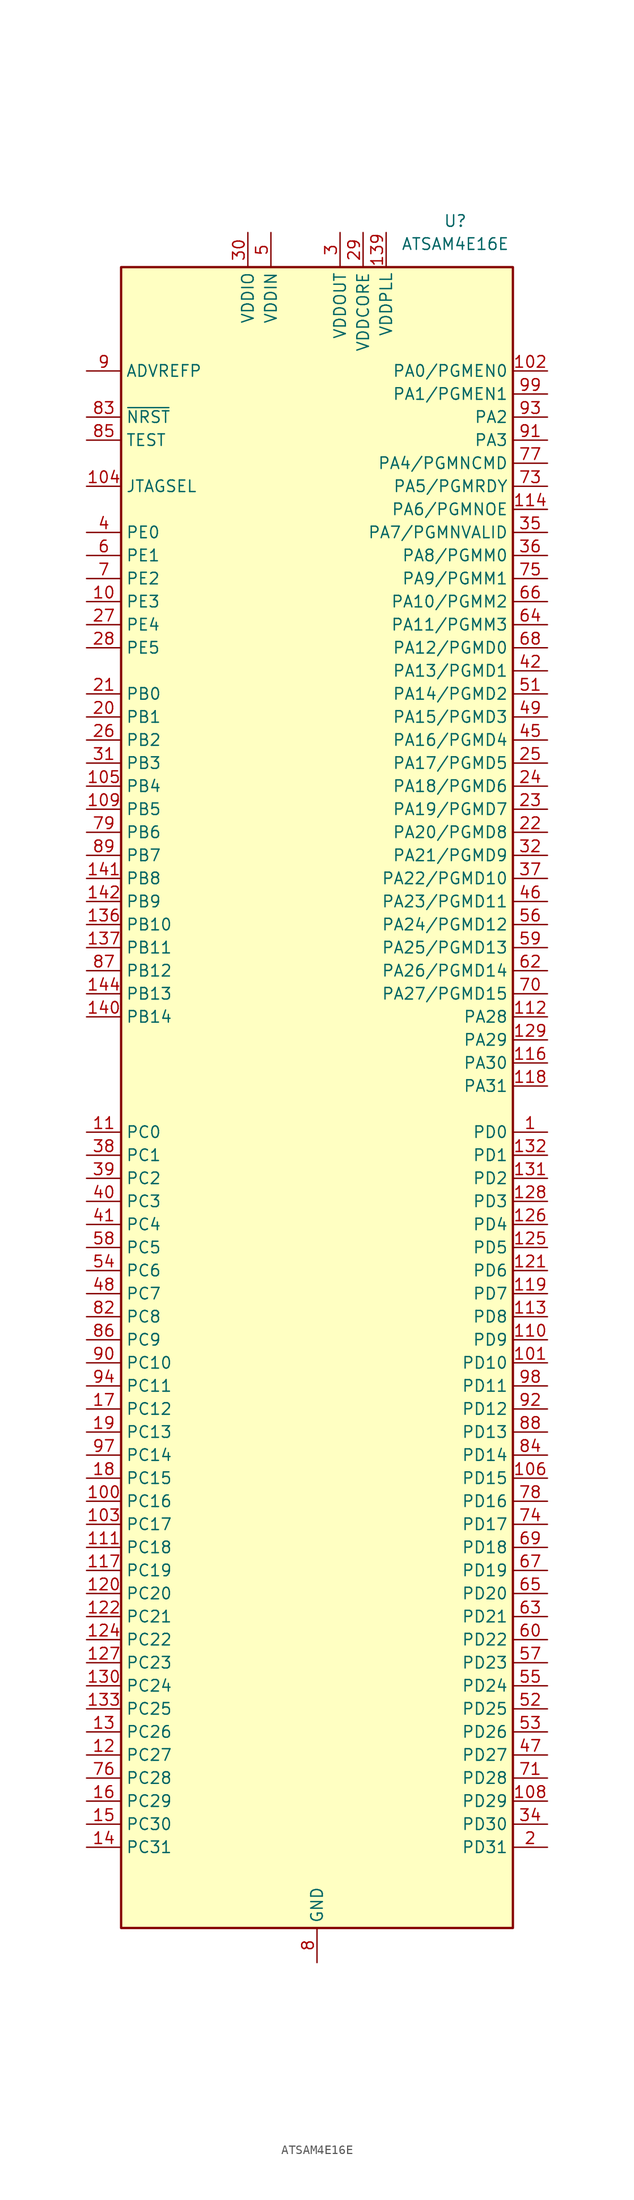
<source format=kicad_sym>
(kicad_symbol_lib
  (version 20220914)
  (generator kicad_symbol_editor)
  (symbol "ATSAM4E16E"
    (property "Reference" "U"
      (at 15.24 96.52 0)
      (effects (font (size 1.27 1.27))))
    (property "Value" "ATSAM4E16E"
      (at 15.24 93.98 0)
      (effects (font (size 1.27 1.27))))
    (symbol "ATSAM4E16E_1_1"
      (rectangle (start -21.59 91.44) (end 21.59 -91.44) (stroke (width 0.254) (type default)) (fill (type background)))
      (pin bidirectional line (at 25.4 -3.81 180) (length 3.81) (name "PD0" (effects (font (size 1.27 1.27)))) (number "1" (effects (font (size 1.27 1.27)))))
      (pin bidirectional line (at -25.4 54.61 0) (length 3.81) (name "PE3" (effects (font (size 1.27 1.27)))) (number "10" (effects (font (size 1.27 1.27)))))
      (pin bidirectional line (at -25.4 -44.45 0) (length 3.81) (name "PC16" (effects (font (size 1.27 1.27)))) (number "100" (effects (font (size 1.27 1.27)))))
      (pin bidirectional line (at 25.4 -29.21 180) (length 3.81) (name "PD10" (effects (font (size 1.27 1.27)))) (number "101" (effects (font (size 1.27 1.27)))))
      (pin bidirectional line (at 25.4 80.01 180) (length 3.81) (name "PA0/PGMEN0" (effects (font (size 1.27 1.27)))) (number "102" (effects (font (size 1.27 1.27)))))
      (pin bidirectional line (at -25.4 -46.99 0) (length 3.81) (name "PC17" (effects (font (size 1.27 1.27)))) (number "103" (effects (font (size 1.27 1.27)))))
      (pin input line (at -25.4 67.31 0) (length 3.81) (name "JTAGSEL" (effects (font (size 1.27 1.27)))) (number "104" (effects (font (size 1.27 1.27)))))
      (pin bidirectional line (at -25.4 34.29 0) (length 3.81) (name "PB4" (effects (font (size 1.27 1.27)))) (number "105" (effects (font (size 1.27 1.27)))))
      (pin bidirectional line (at 25.4 -41.91 180) (length 3.81) (name "PD15" (effects (font (size 1.27 1.27)))) (number "106" (effects (font (size 1.27 1.27)))))
      (pin passive line (at 5.08 95.25 270) (length 3.81) hide (name "VDDCORE" (effects (font (size 1.27 1.27)))) (number "107" (effects (font (size 1.27 1.27)))))
      (pin bidirectional line (at 25.4 -77.47 180) (length 3.81) (name "PD29" (effects (font (size 1.27 1.27)))) (number "108" (effects (font (size 1.27 1.27)))))
      (pin bidirectional line (at -25.4 31.75 0) (length 3.81) (name "PB5" (effects (font (size 1.27 1.27)))) (number "109" (effects (font (size 1.27 1.27)))))
      (pin bidirectional line (at -25.4 -3.81 0) (length 3.81) (name "PC0" (effects (font (size 1.27 1.27)))) (number "11" (effects (font (size 1.27 1.27)))))
      (pin bidirectional line (at 25.4 -26.67 180) (length 3.81) (name "PD9" (effects (font (size 1.27 1.27)))) (number "110" (effects (font (size 1.27 1.27)))))
      (pin bidirectional line (at -25.4 -49.53 0) (length 3.81) (name "PC18" (effects (font (size 1.27 1.27)))) (number "111" (effects (font (size 1.27 1.27)))))
      (pin bidirectional line (at 25.4 8.89 180) (length 3.81) (name "PA28" (effects (font (size 1.27 1.27)))) (number "112" (effects (font (size 1.27 1.27)))))
      (pin bidirectional line (at 25.4 -24.13 180) (length 3.81) (name "PD8" (effects (font (size 1.27 1.27)))) (number "113" (effects (font (size 1.27 1.27)))))
      (pin bidirectional line (at 25.4 64.77 180) (length 3.81) (name "PA6/PGMNOE" (effects (font (size 1.27 1.27)))) (number "114" (effects (font (size 1.27 1.27)))))
      (pin passive line (at 0 -95.25 90) (length 3.81) hide (name "GND" (effects (font (size 1.27 1.27)))) (number "115" (effects (font (size 1.27 1.27)))))
      (pin bidirectional line (at 25.4 3.81 180) (length 3.81) (name "PA30" (effects (font (size 1.27 1.27)))) (number "116" (effects (font (size 1.27 1.27)))))
      (pin bidirectional line (at -25.4 -52.07 0) (length 3.81) (name "PC19" (effects (font (size 1.27 1.27)))) (number "117" (effects (font (size 1.27 1.27)))))
      (pin bidirectional line (at 25.4 1.27 180) (length 3.81) (name "PA31" (effects (font (size 1.27 1.27)))) (number "118" (effects (font (size 1.27 1.27)))))
      (pin bidirectional line (at 25.4 -21.59 180) (length 3.81) (name "PD7" (effects (font (size 1.27 1.27)))) (number "119" (effects (font (size 1.27 1.27)))))
      (pin bidirectional line (at -25.4 -72.39 0) (length 3.81) (name "PC27" (effects (font (size 1.27 1.27)))) (number "12" (effects (font (size 1.27 1.27)))))
      (pin bidirectional line (at -25.4 -54.61 0) (length 3.81) (name "PC20" (effects (font (size 1.27 1.27)))) (number "120" (effects (font (size 1.27 1.27)))))
      (pin bidirectional line (at 25.4 -19.05 180) (length 3.81) (name "PD6" (effects (font (size 1.27 1.27)))) (number "121" (effects (font (size 1.27 1.27)))))
      (pin bidirectional line (at -25.4 -57.15 0) (length 3.81) (name "PC21" (effects (font (size 1.27 1.27)))) (number "122" (effects (font (size 1.27 1.27)))))
      (pin passive line (at 5.08 95.25 270) (length 3.81) hide (name "VDDCORE" (effects (font (size 1.27 1.27)))) (number "123" (effects (font (size 1.27 1.27)))))
      (pin bidirectional line (at -25.4 -59.69 0) (length 3.81) (name "PC22" (effects (font (size 1.27 1.27)))) (number "124" (effects (font (size 1.27 1.27)))))
      (pin bidirectional line (at 25.4 -16.51 180) (length 3.81) (name "PD5" (effects (font (size 1.27 1.27)))) (number "125" (effects (font (size 1.27 1.27)))))
      (pin bidirectional line (at 25.4 -13.97 180) (length 3.81) (name "PD4" (effects (font (size 1.27 1.27)))) (number "126" (effects (font (size 1.27 1.27)))))
      (pin bidirectional line (at -25.4 -62.23 0) (length 3.81) (name "PC23" (effects (font (size 1.27 1.27)))) (number "127" (effects (font (size 1.27 1.27)))))
      (pin bidirectional line (at 25.4 -11.43 180) (length 3.81) (name "PD3" (effects (font (size 1.27 1.27)))) (number "128" (effects (font (size 1.27 1.27)))))
      (pin bidirectional line (at 25.4 6.35 180) (length 3.81) (name "PA29" (effects (font (size 1.27 1.27)))) (number "129" (effects (font (size 1.27 1.27)))))
      (pin bidirectional line (at -25.4 -69.85 0) (length 3.81) (name "PC26" (effects (font (size 1.27 1.27)))) (number "13" (effects (font (size 1.27 1.27)))))
      (pin bidirectional line (at -25.4 -64.77 0) (length 3.81) (name "PC24" (effects (font (size 1.27 1.27)))) (number "130" (effects (font (size 1.27 1.27)))))
      (pin bidirectional line (at 25.4 -8.89 180) (length 3.81) (name "PD2" (effects (font (size 1.27 1.27)))) (number "131" (effects (font (size 1.27 1.27)))))
      (pin bidirectional line (at 25.4 -6.35 180) (length 3.81) (name "PD1" (effects (font (size 1.27 1.27)))) (number "132" (effects (font (size 1.27 1.27)))))
      (pin bidirectional line (at -25.4 -67.31 0) (length 3.81) (name "PC25" (effects (font (size 1.27 1.27)))) (number "133" (effects (font (size 1.27 1.27)))))
      (pin passive line (at -7.62 95.25 270) (length 3.81) hide (name "VDDIO" (effects (font (size 1.27 1.27)))) (number "134" (effects (font (size 1.27 1.27)))))
      (pin passive line (at 0 -95.25 90) (length 3.81) hide (name "GND" (effects (font (size 1.27 1.27)))) (number "135" (effects (font (size 1.27 1.27)))))
      (pin bidirectional line (at -25.4 19.05 0) (length 3.81) (name "PB10" (effects (font (size 1.27 1.27)))) (number "136" (effects (font (size 1.27 1.27)))))
      (pin bidirectional line (at -25.4 16.51 0) (length 3.81) (name "PB11" (effects (font (size 1.27 1.27)))) (number "137" (effects (font (size 1.27 1.27)))))
      (pin passive line (at 0 -95.25 90) (length 3.81) hide (name "GND" (effects (font (size 1.27 1.27)))) (number "138" (effects (font (size 1.27 1.27)))))
      (pin power_in line (at 7.62 95.25 270) (length 3.81) (name "VDDPLL" (effects (font (size 1.27 1.27)))) (number "139" (effects (font (size 1.27 1.27)))))
      (pin bidirectional line (at -25.4 -82.55 0) (length 3.81) (name "PC31" (effects (font (size 1.27 1.27)))) (number "14" (effects (font (size 1.27 1.27)))))
      (pin bidirectional line (at -25.4 8.89 0) (length 3.81) (name "PB14" (effects (font (size 1.27 1.27)))) (number "140" (effects (font (size 1.27 1.27)))))
      (pin bidirectional line (at -25.4 24.13 0) (length 3.81) (name "PB8" (effects (font (size 1.27 1.27)))) (number "141" (effects (font (size 1.27 1.27)))))
      (pin bidirectional line (at -25.4 21.59 0) (length 3.81) (name "PB9" (effects (font (size 1.27 1.27)))) (number "142" (effects (font (size 1.27 1.27)))))
      (pin passive line (at -7.62 95.25 270) (length 3.81) hide (name "VDDIO" (effects (font (size 1.27 1.27)))) (number "143" (effects (font (size 1.27 1.27)))))
      (pin bidirectional line (at -25.4 11.43 0) (length 3.81) (name "PB13" (effects (font (size 1.27 1.27)))) (number "144" (effects (font (size 1.27 1.27)))))
      (pin bidirectional line (at -25.4 -80.01 0) (length 3.81) (name "PC30" (effects (font (size 1.27 1.27)))) (number "15" (effects (font (size 1.27 1.27)))))
      (pin bidirectional line (at -25.4 -77.47 0) (length 3.81) (name "PC29" (effects (font (size 1.27 1.27)))) (number "16" (effects (font (size 1.27 1.27)))))
      (pin bidirectional line (at -25.4 -34.29 0) (length 3.81) (name "PC12" (effects (font (size 1.27 1.27)))) (number "17" (effects (font (size 1.27 1.27)))))
      (pin bidirectional line (at -25.4 -41.91 0) (length 3.81) (name "PC15" (effects (font (size 1.27 1.27)))) (number "18" (effects (font (size 1.27 1.27)))))
      (pin bidirectional line (at -25.4 -36.83 0) (length 3.81) (name "PC13" (effects (font (size 1.27 1.27)))) (number "19" (effects (font (size 1.27 1.27)))))
      (pin bidirectional line (at 25.4 -82.55 180) (length 3.81) (name "PD31" (effects (font (size 1.27 1.27)))) (number "2" (effects (font (size 1.27 1.27)))))
      (pin bidirectional line (at -25.4 41.91 0) (length 3.81) (name "PB1" (effects (font (size 1.27 1.27)))) (number "20" (effects (font (size 1.27 1.27)))))
      (pin bidirectional line (at -25.4 44.45 0) (length 3.81) (name "PB0" (effects (font (size 1.27 1.27)))) (number "21" (effects (font (size 1.27 1.27)))))
      (pin bidirectional line (at 25.4 29.21 180) (length 3.81) (name "PA20/PGMD8" (effects (font (size 1.27 1.27)))) (number "22" (effects (font (size 1.27 1.27)))))
      (pin bidirectional line (at 25.4 31.75 180) (length 3.81) (name "PA19/PGMD7" (effects (font (size 1.27 1.27)))) (number "23" (effects (font (size 1.27 1.27)))))
      (pin bidirectional line (at 25.4 34.29 180) (length 3.81) (name "PA18/PGMD6" (effects (font (size 1.27 1.27)))) (number "24" (effects (font (size 1.27 1.27)))))
      (pin bidirectional line (at 25.4 36.83 180) (length 3.81) (name "PA17/PGMD5" (effects (font (size 1.27 1.27)))) (number "25" (effects (font (size 1.27 1.27)))))
      (pin bidirectional line (at -25.4 39.37 0) (length 3.81) (name "PB2" (effects (font (size 1.27 1.27)))) (number "26" (effects (font (size 1.27 1.27)))))
      (pin bidirectional line (at -25.4 52.07 0) (length 3.81) (name "PE4" (effects (font (size 1.27 1.27)))) (number "27" (effects (font (size 1.27 1.27)))))
      (pin bidirectional line (at -25.4 49.53 0) (length 3.81) (name "PE5" (effects (font (size 1.27 1.27)))) (number "28" (effects (font (size 1.27 1.27)))))
      (pin power_in line (at 5.08 95.25 270) (length 3.81) (name "VDDCORE" (effects (font (size 1.27 1.27)))) (number "29" (effects (font (size 1.27 1.27)))))
      (pin power_out line (at 2.54 95.25 270) (length 3.81) (name "VDDOUT" (effects (font (size 1.27 1.27)))) (number "3" (effects (font (size 1.27 1.27)))))
      (pin power_in line (at -7.62 95.25 270) (length 3.81) (name "VDDIO" (effects (font (size 1.27 1.27)))) (number "30" (effects (font (size 1.27 1.27)))))
      (pin bidirectional line (at -25.4 36.83 0) (length 3.81) (name "PB3" (effects (font (size 1.27 1.27)))) (number "31" (effects (font (size 1.27 1.27)))))
      (pin bidirectional line (at 25.4 26.67 180) (length 3.81) (name "PA21/PGMD9" (effects (font (size 1.27 1.27)))) (number "32" (effects (font (size 1.27 1.27)))))
      (pin passive line (at 5.08 95.25 270) (length 3.81) hide (name "VDDCORE" (effects (font (size 1.27 1.27)))) (number "33" (effects (font (size 1.27 1.27)))))
      (pin bidirectional line (at 25.4 -80.01 180) (length 3.81) (name "PD30" (effects (font (size 1.27 1.27)))) (number "34" (effects (font (size 1.27 1.27)))))
      (pin bidirectional line (at 25.4 62.23 180) (length 3.81) (name "PA7/PGMNVALID" (effects (font (size 1.27 1.27)))) (number "35" (effects (font (size 1.27 1.27)))))
      (pin bidirectional line (at 25.4 59.69 180) (length 3.81) (name "PA8/PGMM0" (effects (font (size 1.27 1.27)))) (number "36" (effects (font (size 1.27 1.27)))))
      (pin bidirectional line (at 25.4 24.13 180) (length 3.81) (name "PA22/PGMD10" (effects (font (size 1.27 1.27)))) (number "37" (effects (font (size 1.27 1.27)))))
      (pin bidirectional line (at -25.4 -6.35 0) (length 3.81) (name "PC1" (effects (font (size 1.27 1.27)))) (number "38" (effects (font (size 1.27 1.27)))))
      (pin bidirectional line (at -25.4 -8.89 0) (length 3.81) (name "PC2" (effects (font (size 1.27 1.27)))) (number "39" (effects (font (size 1.27 1.27)))))
      (pin bidirectional line (at -25.4 62.23 0) (length 3.81) (name "PE0" (effects (font (size 1.27 1.27)))) (number "4" (effects (font (size 1.27 1.27)))))
      (pin bidirectional line (at -25.4 -11.43 0) (length 3.81) (name "PC3" (effects (font (size 1.27 1.27)))) (number "40" (effects (font (size 1.27 1.27)))))
      (pin bidirectional line (at -25.4 -13.97 0) (length 3.81) (name "PC4" (effects (font (size 1.27 1.27)))) (number "41" (effects (font (size 1.27 1.27)))))
      (pin bidirectional line (at 25.4 46.99 180) (length 3.81) (name "PA13/PGMD1" (effects (font (size 1.27 1.27)))) (number "42" (effects (font (size 1.27 1.27)))))
      (pin passive line (at -7.62 95.25 270) (length 3.81) hide (name "VDDIO" (effects (font (size 1.27 1.27)))) (number "43" (effects (font (size 1.27 1.27)))))
      (pin passive line (at 0 -95.25 90) (length 3.81) hide (name "GND" (effects (font (size 1.27 1.27)))) (number "44" (effects (font (size 1.27 1.27)))))
      (pin bidirectional line (at 25.4 39.37 180) (length 3.81) (name "PA16/PGMD4" (effects (font (size 1.27 1.27)))) (number "45" (effects (font (size 1.27 1.27)))))
      (pin bidirectional line (at 25.4 21.59 180) (length 3.81) (name "PA23/PGMD11" (effects (font (size 1.27 1.27)))) (number "46" (effects (font (size 1.27 1.27)))))
      (pin bidirectional line (at 25.4 -72.39 180) (length 3.81) (name "PD27" (effects (font (size 1.27 1.27)))) (number "47" (effects (font (size 1.27 1.27)))))
      (pin bidirectional line (at -25.4 -21.59 0) (length 3.81) (name "PC7" (effects (font (size 1.27 1.27)))) (number "48" (effects (font (size 1.27 1.27)))))
      (pin bidirectional line (at 25.4 41.91 180) (length 3.81) (name "PA15/PGMD3" (effects (font (size 1.27 1.27)))) (number "49" (effects (font (size 1.27 1.27)))))
      (pin power_in line (at -5.08 95.25 270) (length 3.81) (name "VDDIN" (effects (font (size 1.27 1.27)))) (number "5" (effects (font (size 1.27 1.27)))))
      (pin passive line (at 5.08 95.25 270) (length 3.81) hide (name "VDDCORE" (effects (font (size 1.27 1.27)))) (number "50" (effects (font (size 1.27 1.27)))))
      (pin bidirectional line (at 25.4 44.45 180) (length 3.81) (name "PA14/PGMD2" (effects (font (size 1.27 1.27)))) (number "51" (effects (font (size 1.27 1.27)))))
      (pin bidirectional line (at 25.4 -67.31 180) (length 3.81) (name "PD25" (effects (font (size 1.27 1.27)))) (number "52" (effects (font (size 1.27 1.27)))))
      (pin bidirectional line (at 25.4 -69.85 180) (length 3.81) (name "PD26" (effects (font (size 1.27 1.27)))) (number "53" (effects (font (size 1.27 1.27)))))
      (pin bidirectional line (at -25.4 -19.05 0) (length 3.81) (name "PC6" (effects (font (size 1.27 1.27)))) (number "54" (effects (font (size 1.27 1.27)))))
      (pin bidirectional line (at 25.4 -64.77 180) (length 3.81) (name "PD24" (effects (font (size 1.27 1.27)))) (number "55" (effects (font (size 1.27 1.27)))))
      (pin bidirectional line (at 25.4 19.05 180) (length 3.81) (name "PA24/PGMD12" (effects (font (size 1.27 1.27)))) (number "56" (effects (font (size 1.27 1.27)))))
      (pin bidirectional line (at 25.4 -62.23 180) (length 3.81) (name "PD23" (effects (font (size 1.27 1.27)))) (number "57" (effects (font (size 1.27 1.27)))))
      (pin bidirectional line (at -25.4 -16.51 0) (length 3.81) (name "PC5" (effects (font (size 1.27 1.27)))) (number "58" (effects (font (size 1.27 1.27)))))
      (pin bidirectional line (at 25.4 16.51 180) (length 3.81) (name "PA25/PGMD13" (effects (font (size 1.27 1.27)))) (number "59" (effects (font (size 1.27 1.27)))))
      (pin bidirectional line (at -25.4 59.69 0) (length 3.81) (name "PE1" (effects (font (size 1.27 1.27)))) (number "6" (effects (font (size 1.27 1.27)))))
      (pin bidirectional line (at 25.4 -59.69 180) (length 3.81) (name "PD22" (effects (font (size 1.27 1.27)))) (number "60" (effects (font (size 1.27 1.27)))))
      (pin passive line (at 0 -95.25 90) (length 3.81) hide (name "GND" (effects (font (size 1.27 1.27)))) (number "61" (effects (font (size 1.27 1.27)))))
      (pin bidirectional line (at 25.4 13.97 180) (length 3.81) (name "PA26/PGMD14" (effects (font (size 1.27 1.27)))) (number "62" (effects (font (size 1.27 1.27)))))
      (pin bidirectional line (at 25.4 -57.15 180) (length 3.81) (name "PD21" (effects (font (size 1.27 1.27)))) (number "63" (effects (font (size 1.27 1.27)))))
      (pin bidirectional line (at 25.4 52.07 180) (length 3.81) (name "PA11/PGMM3" (effects (font (size 1.27 1.27)))) (number "64" (effects (font (size 1.27 1.27)))))
      (pin bidirectional line (at 25.4 -54.61 180) (length 3.81) (name "PD20" (effects (font (size 1.27 1.27)))) (number "65" (effects (font (size 1.27 1.27)))))
      (pin bidirectional line (at 25.4 54.61 180) (length 3.81) (name "PA10/PGMM2" (effects (font (size 1.27 1.27)))) (number "66" (effects (font (size 1.27 1.27)))))
      (pin bidirectional line (at 25.4 -52.07 180) (length 3.81) (name "PD19" (effects (font (size 1.27 1.27)))) (number "67" (effects (font (size 1.27 1.27)))))
      (pin bidirectional line (at 25.4 49.53 180) (length 3.81) (name "PA12/PGMD0" (effects (font (size 1.27 1.27)))) (number "68" (effects (font (size 1.27 1.27)))))
      (pin bidirectional line (at 25.4 -49.53 180) (length 3.81) (name "PD18" (effects (font (size 1.27 1.27)))) (number "69" (effects (font (size 1.27 1.27)))))
      (pin bidirectional line (at -25.4 57.15 0) (length 3.81) (name "PE2" (effects (font (size 1.27 1.27)))) (number "7" (effects (font (size 1.27 1.27)))))
      (pin bidirectional line (at 25.4 11.43 180) (length 3.81) (name "PA27/PGMD15" (effects (font (size 1.27 1.27)))) (number "70" (effects (font (size 1.27 1.27)))))
      (pin bidirectional line (at 25.4 -74.93 180) (length 3.81) (name "PD28" (effects (font (size 1.27 1.27)))) (number "71" (effects (font (size 1.27 1.27)))))
      (pin passive line (at -7.62 95.25 270) (length 3.81) hide (name "VDDIO" (effects (font (size 1.27 1.27)))) (number "72" (effects (font (size 1.27 1.27)))))
      (pin bidirectional line (at 25.4 67.31 180) (length 3.81) (name "PA5/PGMRDY" (effects (font (size 1.27 1.27)))) (number "73" (effects (font (size 1.27 1.27)))))
      (pin bidirectional line (at 25.4 -46.99 180) (length 3.81) (name "PD17" (effects (font (size 1.27 1.27)))) (number "74" (effects (font (size 1.27 1.27)))))
      (pin bidirectional line (at 25.4 57.15 180) (length 3.81) (name "PA9/PGMM1" (effects (font (size 1.27 1.27)))) (number "75" (effects (font (size 1.27 1.27)))))
      (pin bidirectional line (at -25.4 -74.93 0) (length 3.81) (name "PC28" (effects (font (size 1.27 1.27)))) (number "76" (effects (font (size 1.27 1.27)))))
      (pin bidirectional line (at 25.4 69.85 180) (length 3.81) (name "PA4/PGMNCMD" (effects (font (size 1.27 1.27)))) (number "77" (effects (font (size 1.27 1.27)))))
      (pin bidirectional line (at 25.4 -44.45 180) (length 3.81) (name "PD16" (effects (font (size 1.27 1.27)))) (number "78" (effects (font (size 1.27 1.27)))))
      (pin bidirectional line (at -25.4 29.21 0) (length 3.81) (name "PB6" (effects (font (size 1.27 1.27)))) (number "79" (effects (font (size 1.27 1.27)))))
      (pin power_in line (at 0 -95.25 90) (length 3.81) (name "GND" (effects (font (size 1.27 1.27)))) (number "8" (effects (font (size 1.27 1.27)))))
      (pin passive line (at -7.62 95.25 270) (length 3.81) hide (name "VDDIO" (effects (font (size 1.27 1.27)))) (number "80" (effects (font (size 1.27 1.27)))))
      (pin passive line (at 5.08 95.25 270) (length 3.81) hide (name "VDDCORE" (effects (font (size 1.27 1.27)))) (number "81" (effects (font (size 1.27 1.27)))))
      (pin bidirectional line (at -25.4 -24.13 0) (length 3.81) (name "PC8" (effects (font (size 1.27 1.27)))) (number "82" (effects (font (size 1.27 1.27)))))
      (pin bidirectional line (at -25.4 74.93 0) (length 3.81) (name "~{NRST}" (effects (font (size 1.27 1.27)))) (number "83" (effects (font (size 1.27 1.27)))))
      (pin bidirectional line (at 25.4 -39.37 180) (length 3.81) (name "PD14" (effects (font (size 1.27 1.27)))) (number "84" (effects (font (size 1.27 1.27)))))
      (pin input line (at -25.4 72.39 0) (length 3.81) (name "TEST" (effects (font (size 1.27 1.27)))) (number "85" (effects (font (size 1.27 1.27)))))
      (pin bidirectional line (at -25.4 -26.67 0) (length 3.81) (name "PC9" (effects (font (size 1.27 1.27)))) (number "86" (effects (font (size 1.27 1.27)))))
      (pin bidirectional line (at -25.4 13.97 0) (length 3.81) (name "PB12" (effects (font (size 1.27 1.27)))) (number "87" (effects (font (size 1.27 1.27)))))
      (pin bidirectional line (at 25.4 -36.83 180) (length 3.81) (name "PD13" (effects (font (size 1.27 1.27)))) (number "88" (effects (font (size 1.27 1.27)))))
      (pin bidirectional line (at -25.4 26.67 0) (length 3.81) (name "PB7" (effects (font (size 1.27 1.27)))) (number "89" (effects (font (size 1.27 1.27)))))
      (pin input line (at -25.4 80.01 0) (length 3.81) (name "ADVREFP" (effects (font (size 1.27 1.27)))) (number "9" (effects (font (size 1.27 1.27)))))
      (pin bidirectional line (at -25.4 -29.21 0) (length 3.81) (name "PC10" (effects (font (size 1.27 1.27)))) (number "90" (effects (font (size 1.27 1.27)))))
      (pin bidirectional line (at 25.4 72.39 180) (length 3.81) (name "PA3" (effects (font (size 1.27 1.27)))) (number "91" (effects (font (size 1.27 1.27)))))
      (pin bidirectional line (at 25.4 -34.29 180) (length 3.81) (name "PD12" (effects (font (size 1.27 1.27)))) (number "92" (effects (font (size 1.27 1.27)))))
      (pin bidirectional line (at 25.4 74.93 180) (length 3.81) (name "PA2" (effects (font (size 1.27 1.27)))) (number "93" (effects (font (size 1.27 1.27)))))
      (pin bidirectional line (at -25.4 -31.75 0) (length 3.81) (name "PC11" (effects (font (size 1.27 1.27)))) (number "94" (effects (font (size 1.27 1.27)))))
      (pin passive line (at 0 -95.25 90) (length 3.81) hide (name "GND" (effects (font (size 1.27 1.27)))) (number "95" (effects (font (size 1.27 1.27)))))
      (pin passive line (at -7.62 95.25 270) (length 3.81) hide (name "VDDIO" (effects (font (size 1.27 1.27)))) (number "96" (effects (font (size 1.27 1.27)))))
      (pin bidirectional line (at -25.4 -39.37 0) (length 3.81) (name "PC14" (effects (font (size 1.27 1.27)))) (number "97" (effects (font (size 1.27 1.27)))))
      (pin bidirectional line (at 25.4 -31.75 180) (length 3.81) (name "PD11" (effects (font (size 1.27 1.27)))) (number "98" (effects (font (size 1.27 1.27)))))
      (pin bidirectional line (at 25.4 77.47 180) (length 3.81) (name "PA1/PGMEN1" (effects (font (size 1.27 1.27)))) (number "99" (effects (font (size 1.27 1.27))))))))
</source>
